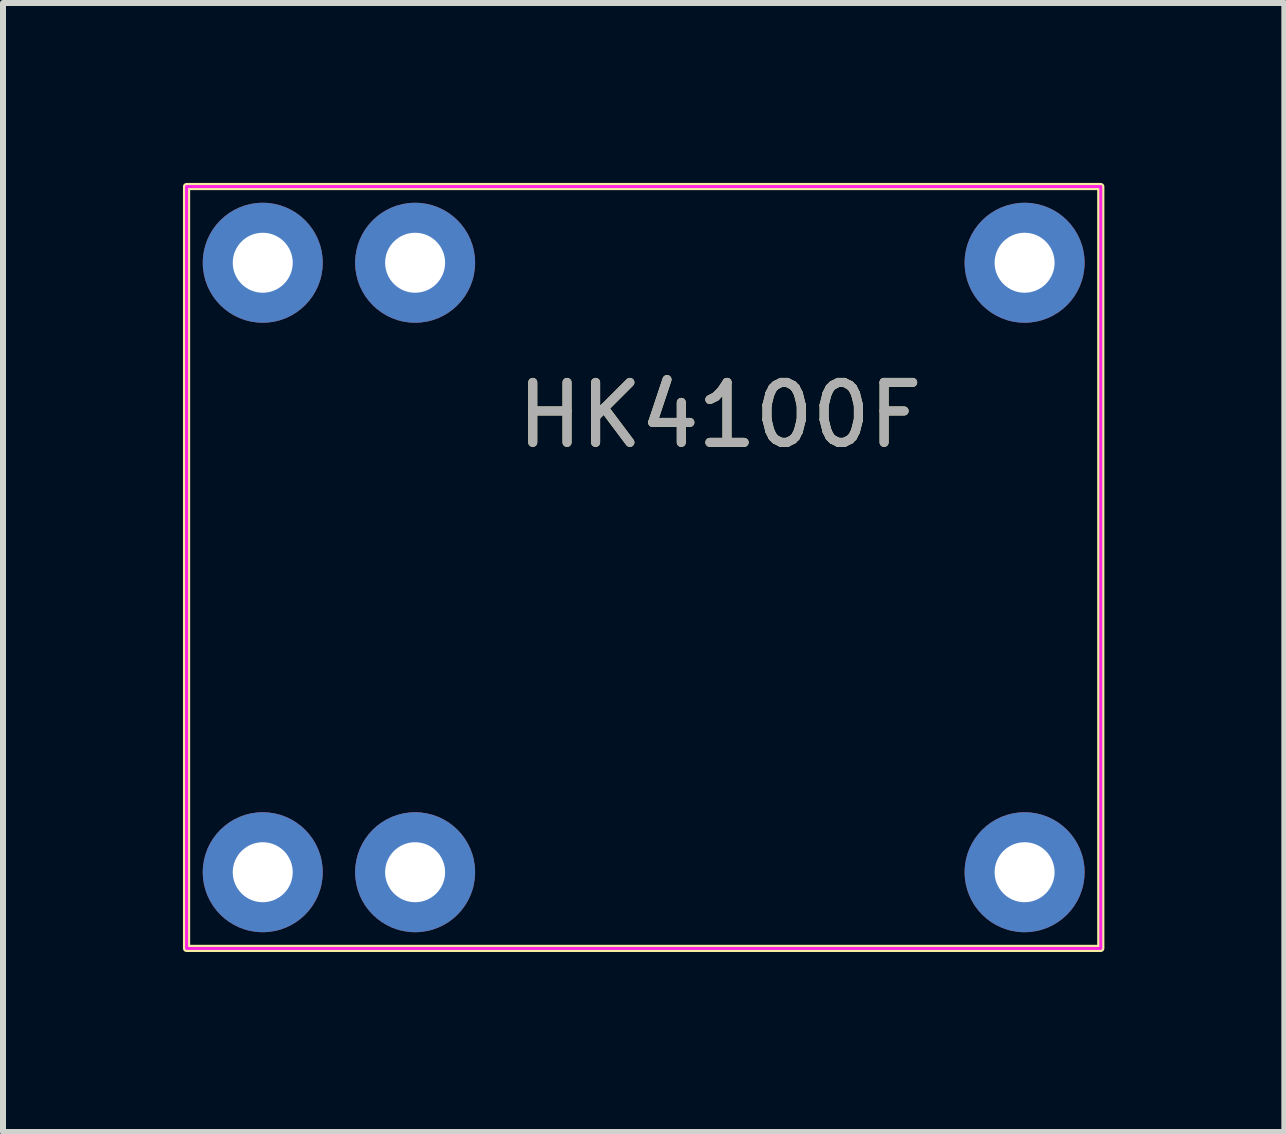
<source format=kicad_pcb>
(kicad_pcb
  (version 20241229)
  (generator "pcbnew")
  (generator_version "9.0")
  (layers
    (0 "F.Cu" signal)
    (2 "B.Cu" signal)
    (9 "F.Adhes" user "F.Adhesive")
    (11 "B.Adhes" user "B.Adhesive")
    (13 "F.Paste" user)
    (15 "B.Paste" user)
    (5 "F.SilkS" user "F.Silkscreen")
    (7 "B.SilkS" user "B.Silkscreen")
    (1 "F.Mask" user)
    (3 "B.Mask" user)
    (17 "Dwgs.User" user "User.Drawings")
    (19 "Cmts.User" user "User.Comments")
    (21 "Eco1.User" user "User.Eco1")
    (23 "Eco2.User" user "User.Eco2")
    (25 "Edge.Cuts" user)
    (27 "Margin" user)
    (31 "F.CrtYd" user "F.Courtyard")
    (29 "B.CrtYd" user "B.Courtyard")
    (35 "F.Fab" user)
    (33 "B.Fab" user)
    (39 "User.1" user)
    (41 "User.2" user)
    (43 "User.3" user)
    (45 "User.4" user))
  (footprint "HK4100F"
    (layer "F.Cu")
    (at 6.41 6.41)
    (property "Reference" "HK4100F" (at 2.54 -2.54 0) (unlocked yes) (layer "F.SilkS") (effects (font (size 1 1) (thickness 0.15))))
    (attr through_hole)
    (fp_rect (start 8.89 6.35) (end -6.35 -6.35) (stroke (width 0.12) (type solid)) (fill no) (layer "F.SilkS"))
    (fp_rect (start 8.89 6.35) (end -6.35 -6.35) (stroke (width 0.05) (type solid)) (fill no) (layer "F.CrtYd"))
    (fp_text user "${REFERENCE}" (at 2.54 -2.54 0) (unlocked yes) (layer "F.Fab") (effects (font (size 1 1) (thickness 0.15))))
    (pad "1" thru_hole circle (at 7.62 -5.08) (size 2 2) (drill 1) (layers "*.Cu" "*.Mask"))
    (pad "2" thru_hole circle (at -2.54 -5.08) (size 2 2) (drill 1) (layers "*.Cu" "*.Mask"))
    (pad "3" thru_hole circle (at -5.08 -5.08) (size 2 2) (drill 1) (layers "*.Cu" "*.Mask"))
    (pad "4" thru_hole circle (at -5.08 5.08) (size 2 2) (drill 1) (layers "*.Cu" "*.Mask"))
    (pad "5" thru_hole circle (at -2.54 5.08) (size 2 2) (drill 1) (layers "*.Cu" "*.Mask"))
    (pad "6" thru_hole circle (at 7.62 5.08) (size 2 2) (drill 1) (layers "*.Cu" "*.Mask")))
  (gr_rect
    (start -3 -3)
    (end 18.36 15.82)
    (stroke (width 0.1) (type default))
    (fill no)
    (layer "Edge.Cuts")))
</source>
